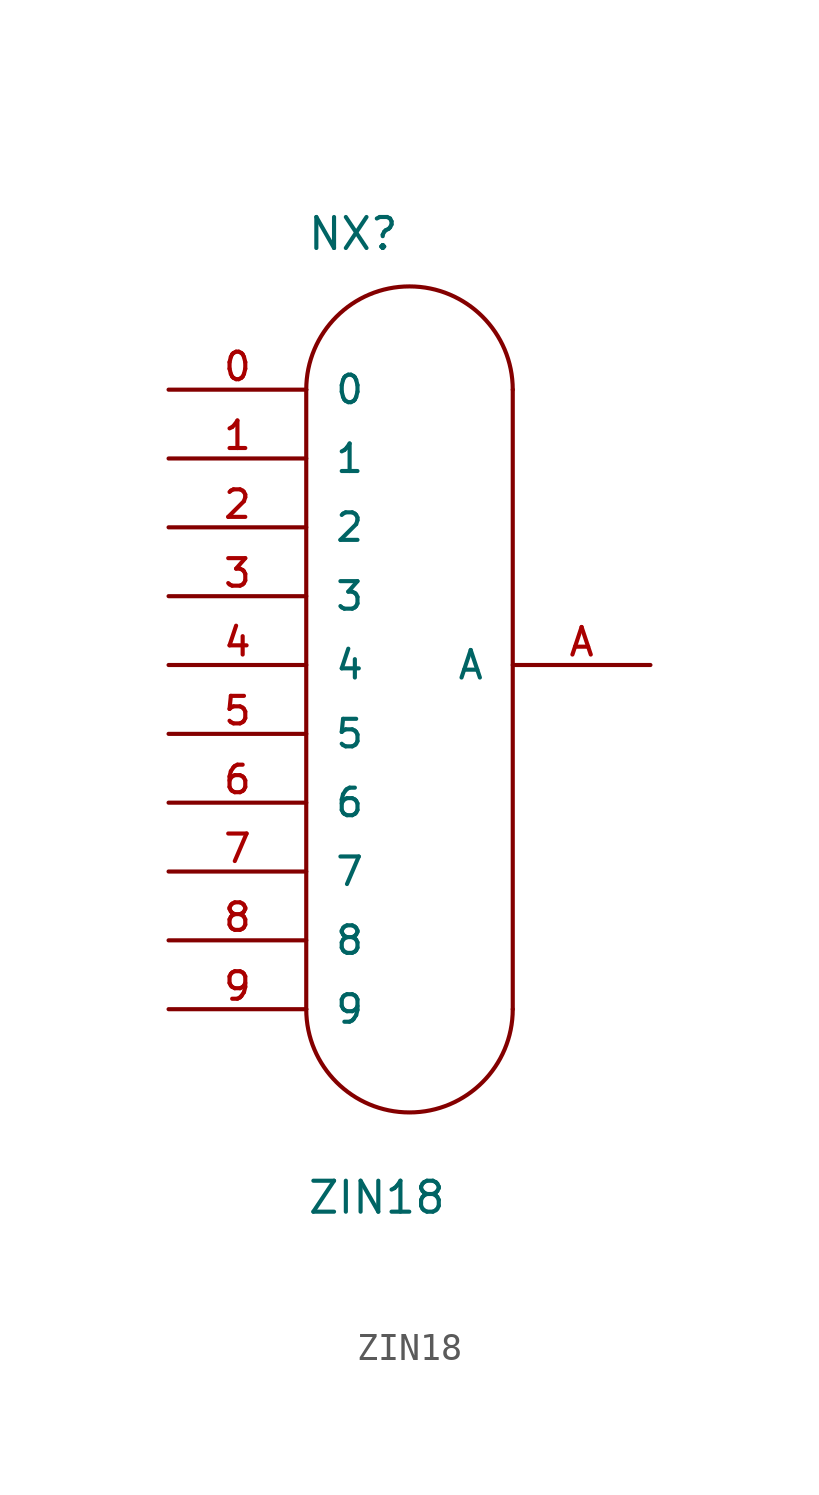
<source format=kicad_sym>
(kicad_symbol_lib
  (version 20241209)
  (generator "kicad_symbol_editor")
  (generator_version "9.0")
  (symbol "ZIN18"
    (pin_names
      (offset 1.016))
    (property "Reference" "NX"
      (at -22.86 12.7 0)
      (effects (font (size 1.143 1.143)) (justify left bottom)))
    (property "Value" "ZIN18"
      (at -22.86 -22.86 0)
      (effects (font (size 1.143 1.143)) (justify left bottom)))
    (property "ki_locked" ""
      (at 0 0 0)
      (effects (font (size 1.27 1.27))))
    (symbol "ZIN18_1_0"
      (polyline (pts (xy -22.86 7.62) (xy -22.86 -15.24)) (stroke (width 0) (type solid)) (fill (type none)))
      (polyline (pts (xy -15.24 7.62) (xy -15.24 -15.24)) (stroke (width 0) (type solid)) (fill (type none))))
    (symbol "ZIN18_1_1"
      (arc (start -22.86 7.62) (mid -19.05 11.43) (end -15.24 7.62) (stroke (width 0) (type solid)) (fill (type none)))
      (arc (start -15.24 -15.24) (mid -19.05 -19.05) (end -22.86 -15.24) (stroke (width 0) (type solid)) (fill (type none)))
      (pin passive line (at -27.94 7.62 0) (length 5.08) (name "0" (effects (font (size 1.016 1.016)))) (number "0" (effects (font (size 1.016 1.016)))))
      (pin passive line (at -27.94 5.08 0) (length 5.08) (name "1" (effects (font (size 1.016 1.016)))) (number "1" (effects (font (size 1.016 1.016)))))
      (pin passive line (at -27.94 2.54 0) (length 5.08) (name "2" (effects (font (size 1.016 1.016)))) (number "2" (effects (font (size 1.016 1.016)))))
      (pin passive line (at -27.94 0 0) (length 5.08) (name "3" (effects (font (size 1.016 1.016)))) (number "3" (effects (font (size 1.016 1.016)))))
      (pin passive line (at -27.94 -2.54 0) (length 5.08) (name "4" (effects (font (size 1.016 1.016)))) (number "4" (effects (font (size 1.016 1.016)))))
      (pin passive line (at -27.94 -5.08 0) (length 5.08) (name "5" (effects (font (size 1.016 1.016)))) (number "5" (effects (font (size 1.016 1.016)))))
      (pin passive line (at -27.94 -7.62 0) (length 5.08) (name "6" (effects (font (size 1.016 1.016)))) (number "6" (effects (font (size 1.016 1.016)))))
      (pin passive line (at -27.94 -10.16 0) (length 5.08) (name "7" (effects (font (size 1.016 1.016)))) (number "7" (effects (font (size 1.016 1.016)))))
      (pin passive line (at -27.94 -12.7 0) (length 5.08) (name "8" (effects (font (size 1.016 1.016)))) (number "8" (effects (font (size 1.016 1.016)))))
      (pin passive line (at -27.94 -15.24 0) (length 5.08) (name "9" (effects (font (size 1.016 1.016)))) (number "9" (effects (font (size 1.016 1.016)))))
      (pin passive line (at -10.16 -2.54 180) (length 5.08) (name "A" (effects (font (size 1.016 1.016)))) (number "A" (effects (font (size 1.016 1.016))))))))
</source>
